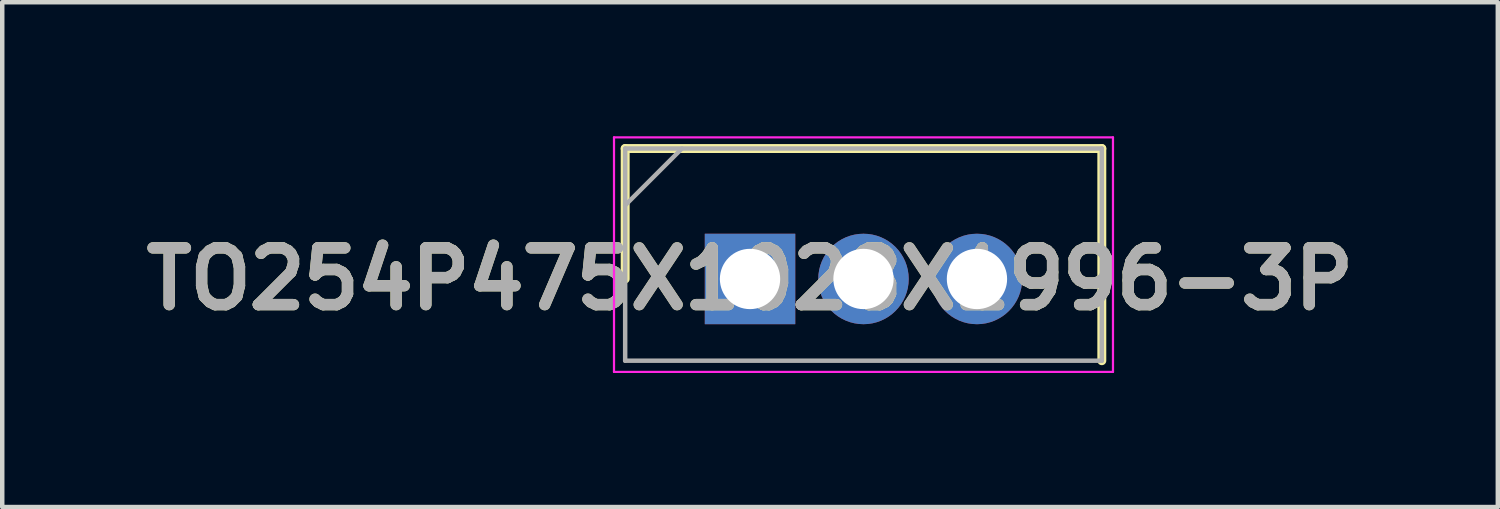
<source format=kicad_pcb>
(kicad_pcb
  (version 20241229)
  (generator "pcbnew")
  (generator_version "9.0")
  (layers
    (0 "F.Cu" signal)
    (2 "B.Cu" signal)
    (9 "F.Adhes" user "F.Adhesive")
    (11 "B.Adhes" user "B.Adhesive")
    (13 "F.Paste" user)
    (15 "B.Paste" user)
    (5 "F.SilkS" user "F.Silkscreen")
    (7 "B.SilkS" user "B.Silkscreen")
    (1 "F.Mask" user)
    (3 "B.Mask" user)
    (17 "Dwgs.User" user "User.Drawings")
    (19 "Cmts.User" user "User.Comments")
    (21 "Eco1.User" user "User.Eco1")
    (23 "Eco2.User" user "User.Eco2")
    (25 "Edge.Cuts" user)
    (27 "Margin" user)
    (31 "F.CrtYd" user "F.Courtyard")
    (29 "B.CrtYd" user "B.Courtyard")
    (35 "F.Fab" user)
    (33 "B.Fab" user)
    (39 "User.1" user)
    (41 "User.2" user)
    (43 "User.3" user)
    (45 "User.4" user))
  (footprint "TO254P475X1028X1996-3P"
    (layer "F.Cu")
    (at 13.74 3.195)
    (property "Reference" "TO254P475X1028X1996-3P" (at 0 0 0) (layer "F.SilkS") (effects (font (size 1.27 1.27) (thickness 0.254))))
    (attr through_hole)
    (fp_line (start -2.795 -2.92) (end -2.795 0) (stroke (width 0.2) (type solid)) (layer "F.SilkS"))
    (fp_line (start 7.875 -2.92) (end -2.795 -2.92) (stroke (width 0.2) (type solid)) (layer "F.SilkS"))
    (fp_line (start 7.875 1.83) (end 7.875 -2.92) (stroke (width 0.2) (type solid)) (layer "F.SilkS"))
    (fp_line (start -3.045 -3.17) (end 8.125 -3.17) (stroke (width 0.05) (type solid)) (layer "F.CrtYd"))
    (fp_line (start -3.045 2.08) (end -3.045 -3.17) (stroke (width 0.05) (type solid)) (layer "F.CrtYd"))
    (fp_line (start 8.125 -3.17) (end 8.125 2.08) (stroke (width 0.05) (type solid)) (layer "F.CrtYd"))
    (fp_line (start 8.125 2.08) (end -3.045 2.08) (stroke (width 0.05) (type solid)) (layer "F.CrtYd"))
    (fp_line (start -2.795 -2.92) (end 7.875 -2.92) (stroke (width 0.1) (type solid)) (layer "F.Fab"))
    (fp_line (start -2.795 -1.65) (end -1.525 -2.92) (stroke (width 0.1) (type solid)) (layer "F.Fab"))
    (fp_line (start -2.795 1.83) (end -2.795 -2.92) (stroke (width 0.1) (type solid)) (layer "F.Fab"))
    (fp_line (start 7.875 -2.92) (end 7.875 1.83) (stroke (width 0.1) (type solid)) (layer "F.Fab"))
    (fp_line (start 7.875 1.83) (end -2.795 1.83) (stroke (width 0.1) (type solid)) (layer "F.Fab"))
    (fp_text user "${REFERENCE}" (at 0 0 0) (layer "F.Fab") (effects (font (size 1.27 1.27) (thickness 0.254))))
    (pad "1" thru_hole rect (at 0 0) (size 2.025 2.025) (drill 1.35) (layers "*.Cu" "*.Mask"))
    (pad "2" thru_hole circle (at 2.54 0) (size 2.025 2.025) (drill 1.35) (layers "*.Cu" "*.Mask"))
    (pad "3" thru_hole circle (at 5.08 0) (size 2.025 2.025) (drill 1.35) (layers "*.Cu" "*.Mask")))
  (gr_rect
    (start -3 -3)
    (end 30.48 8.3)
    (stroke (width 0.1) (type default))
    (fill no)
    (layer "Edge.Cuts")))
</source>
